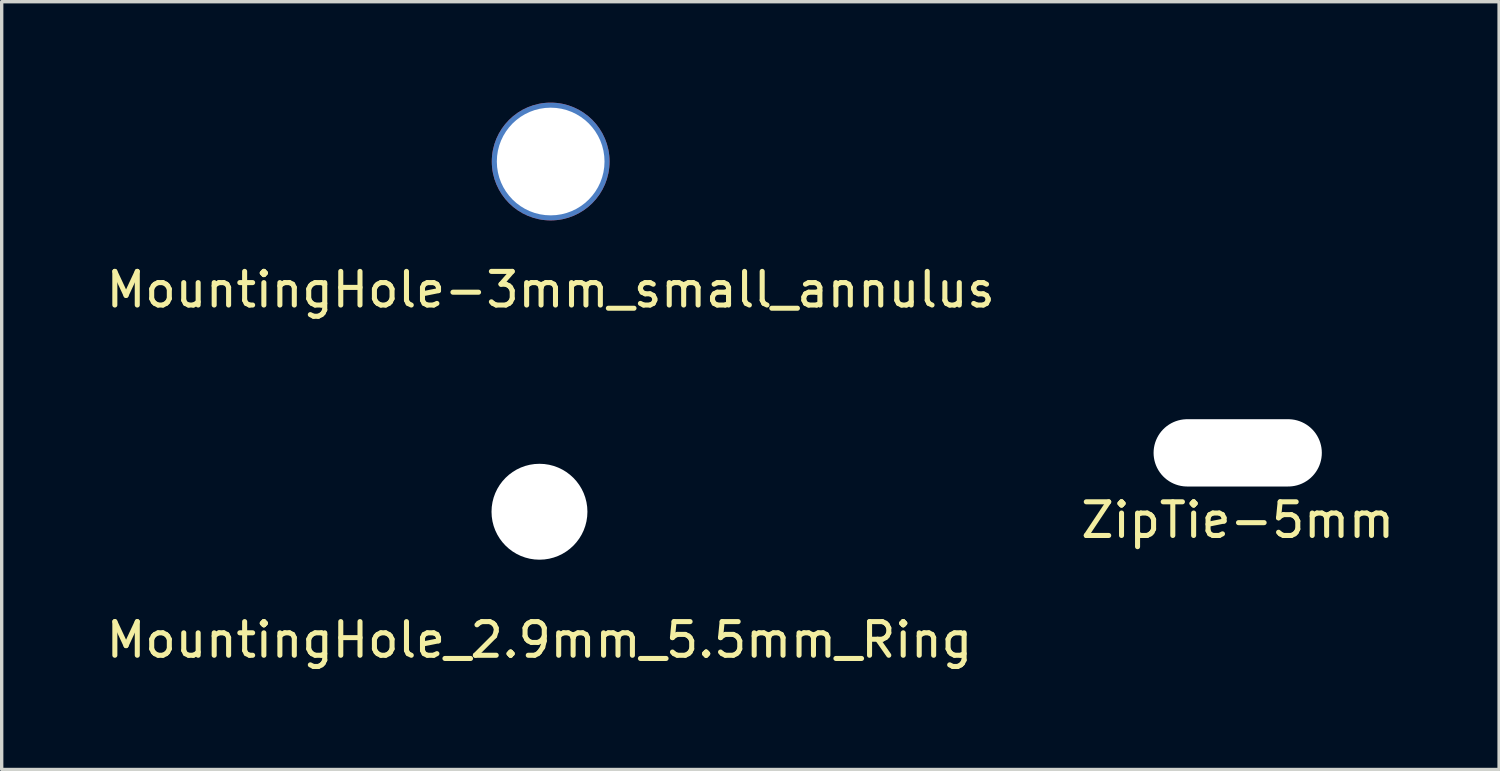
<source format=kicad_pcb>
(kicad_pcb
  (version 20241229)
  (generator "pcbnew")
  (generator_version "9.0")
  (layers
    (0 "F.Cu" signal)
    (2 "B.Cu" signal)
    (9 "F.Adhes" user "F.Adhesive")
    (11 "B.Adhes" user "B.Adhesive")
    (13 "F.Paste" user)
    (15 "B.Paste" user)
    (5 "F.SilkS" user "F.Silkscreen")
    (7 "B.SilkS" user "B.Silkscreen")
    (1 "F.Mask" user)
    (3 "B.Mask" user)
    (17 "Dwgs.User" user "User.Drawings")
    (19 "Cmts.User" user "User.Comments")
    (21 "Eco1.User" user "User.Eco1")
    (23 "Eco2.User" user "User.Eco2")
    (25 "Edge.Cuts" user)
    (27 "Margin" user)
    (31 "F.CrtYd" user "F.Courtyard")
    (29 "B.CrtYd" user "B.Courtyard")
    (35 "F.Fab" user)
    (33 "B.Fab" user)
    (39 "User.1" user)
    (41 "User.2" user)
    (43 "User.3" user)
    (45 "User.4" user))
  (footprint "ZipTie-5mm"
    (layer "F.Cu")
    (at 33.732 10.408)
    (property "Reference" "ZipTie-5mm" (at 0 2 0) (layer "F.SilkS") (effects (font (size 1 1) (thickness 0.15))))
    (attr through_hole)
    (pad "" np_thru_hole oval (at 0 0) (size 5 2) (drill oval 5 2) (layers "*.Cu" "*.Mask")))
  (footprint "MountingHole-3mm_small_annulus"
    (layer "F.Cu")
    (at 13.315 1.75)
    (property "Reference" "MountingHole-3mm_small_annulus" (at 0 3.81 0) (layer "F.SilkS") (effects (font (size 1 1) (thickness 0.15))))
    (attr through_hole exclude_from_bom)
    (pad "1" thru_hole circle (at 0 0) (size 3.5 3.5) (drill 3.2) (layers "*.Cu" "*.Mask")))
  (footprint "MountingHole_2.9mm_5.5mm_Ring"
    (layer "F.Cu")
    (at 12.982 12.158)
    (property "Reference" "MountingHole_2.9mm_5.5mm_Ring" (at 0 3.81 0) (layer "F.SilkS") (effects (font (size 1 1) (thickness 0.15))))
    (attr through_hole)
    (pad "" np_thru_hole circle (at 0 0) (size 2.85 2.85) (drill 2.85) (layers "*.Cu" "*.Mask"))
    (zone (net_name "") (layers "F.Cu" "B.Cu") (hatch edge 0.5) (connect_pads) (min_thickness 0.25) (filled_areas_thickness no) (keepout (tracks not_allowed) (vias not_allowed) (pads allowed) (copperpour not_allowed) (footprints allowed)) (placement (enabled no)) (fill) (polygon (pts (xy 15.732 12.158) (xy 15.712 11.827) (xy 15.652 11.5) (xy 15.553 11.183) (xy 15.417 10.88) (xy 15.245 10.596) (xy 15.041 10.335) (xy 14.806 10.1) (xy 14.544 9.895) (xy 14.26 9.723) (xy 13.957 9.587) (xy 13.64 9.488) (xy 13.314 9.428) (xy 12.982 9.408) (xy 12.651 9.428) (xy 12.324 9.488) (xy 12.007 9.587) (xy 11.704 9.723) (xy 11.42 9.895) (xy 11.159 10.1) (xy 10.924 10.335) (xy 10.719 10.596) (xy 10.547 10.88) (xy 10.411 11.183) (xy 10.312 11.5) (xy 10.252 11.827) (xy 10.232 12.158) (xy 10.252 12.49) (xy 10.312 12.816) (xy 10.411 13.133) (xy 10.547 13.436) (xy 10.719 13.72) (xy 10.924 13.982) (xy 11.159 14.217) (xy 11.42 14.421) (xy 11.704 14.593) (xy 12.007 14.73) (xy 12.324 14.828) (xy 12.651 14.888) (xy 12.982 14.908) (xy 13.314 14.888) (xy 13.64 14.828) (xy 13.957 14.73) (xy 14.26 14.593) (xy 14.544 14.421) (xy 14.806 14.217) (xy 15.041 13.982) (xy 15.245 13.72) (xy 15.417 13.436) (xy 15.553 13.133) (xy 15.652 12.816) (xy 15.712 12.49)))))
  (gr_rect
    (start -3 -3)
    (end 41.5 19.817)
    (stroke (width 0.1) (type default))
    (fill no)
    (layer "Edge.Cuts")))
</source>
